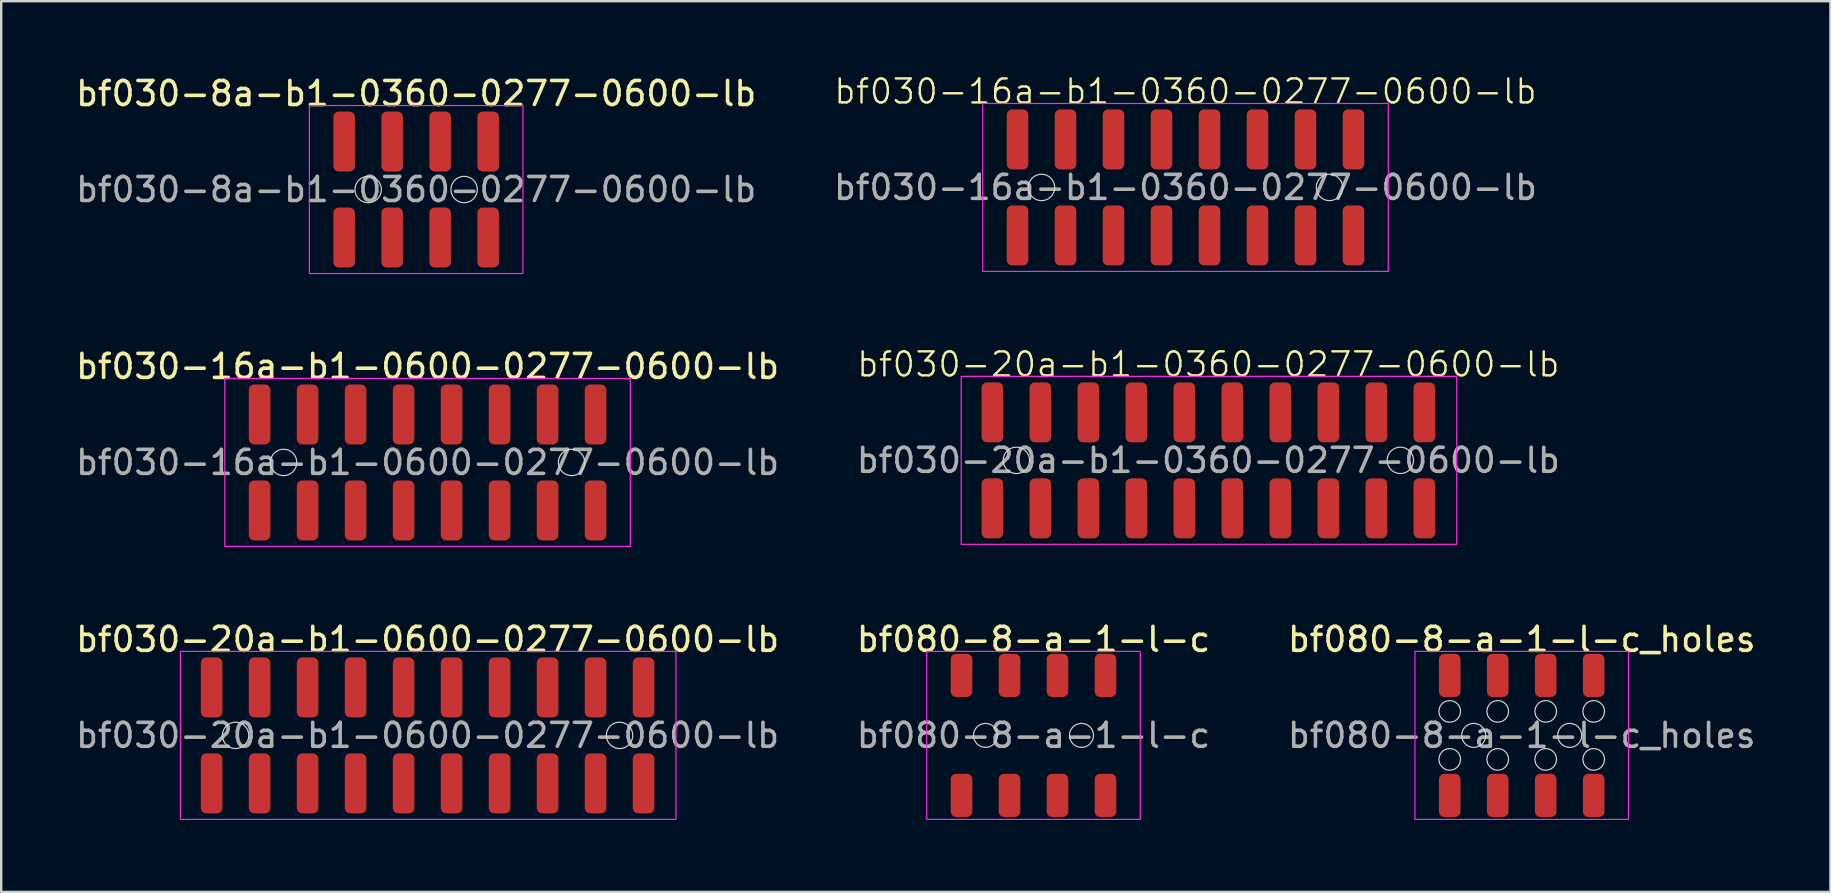
<source format=kicad_pcb>
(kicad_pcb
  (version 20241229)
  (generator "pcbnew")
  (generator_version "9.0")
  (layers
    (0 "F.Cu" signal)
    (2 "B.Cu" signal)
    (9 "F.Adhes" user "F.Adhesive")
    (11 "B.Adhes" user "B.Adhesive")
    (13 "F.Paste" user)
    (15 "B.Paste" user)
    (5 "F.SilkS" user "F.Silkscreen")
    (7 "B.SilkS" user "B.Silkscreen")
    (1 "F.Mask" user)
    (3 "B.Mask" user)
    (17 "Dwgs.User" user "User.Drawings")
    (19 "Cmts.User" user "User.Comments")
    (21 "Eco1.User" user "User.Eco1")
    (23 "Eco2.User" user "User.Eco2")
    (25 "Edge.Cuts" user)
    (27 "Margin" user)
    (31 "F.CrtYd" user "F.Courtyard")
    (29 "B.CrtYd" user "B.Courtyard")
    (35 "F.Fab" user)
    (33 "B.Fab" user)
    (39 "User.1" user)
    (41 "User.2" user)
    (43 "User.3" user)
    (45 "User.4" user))
  (footprint "bf080-8-a-1-l-c"
    (layer "F.Cu")
    (at 40.018 27.595)
    (property "Reference" "bf080-8-a-1-l-c" (at 0 -4 0) (unlocked yes) (layer "F.SilkS") (effects (font (size 1 1) (thickness 0.15))))
    (attr smd)
    (fp_circle (center -2 0) (end -1.5 0) (stroke (width 0.05) (type default)) (fill no) (layer "Edge.Cuts"))
    (fp_circle (center 2 0) (end 2.5 0) (stroke (width 0.05) (type default)) (fill no) (layer "Edge.Cuts"))
    (fp_poly (pts (xy -4.45 -3.5) (xy -4.45 3.5) (xy 4.45 3.5) (xy 4.45 -3.5)) (stroke (width 0.05) (type solid)) (fill no) (layer "F.CrtYd"))
    (fp_text user "${REFERENCE}" (at 0 0 0) (unlocked yes) (layer "F.Fab") (effects (font (size 1 1) (thickness 0.15))))
    (pad "1" smd roundrect (at -3 -2.5) (size 0.9 1.8) (layers "F.Cu" "F.Mask" "F.Paste") (roundrect_rratio 0.25))
    (pad "2" smd roundrect (at -3 2.5) (size 0.9 1.8) (layers "F.Cu" "F.Mask" "F.Paste") (roundrect_rratio 0.25))
    (pad "3" smd roundrect (at -1 -2.5) (size 0.9 1.8) (layers "F.Cu" "F.Mask" "F.Paste") (roundrect_rratio 0.25))
    (pad "4" smd roundrect (at -1 2.5) (size 0.9 1.8) (layers "F.Cu" "F.Mask" "F.Paste") (roundrect_rratio 0.25))
    (pad "5" smd roundrect (at 1 -2.5) (size 0.9 1.8) (layers "F.Cu" "F.Mask" "F.Paste") (roundrect_rratio 0.25))
    (pad "6" smd roundrect (at 1 2.5) (size 0.9 1.8) (layers "F.Cu" "F.Mask" "F.Paste") (roundrect_rratio 0.25))
    (pad "7" smd roundrect (at 3 -2.5) (size 0.9 1.8) (layers "F.Cu" "F.Mask" "F.Paste") (roundrect_rratio 0.25))
    (pad "8" smd roundrect (at 3 2.5) (size 0.9 1.8) (layers "F.Cu" "F.Mask" "F.Paste") (roundrect_rratio 0.25)))
  (footprint "bf030-8a-b1-0360-0277-0600-lb"
    (layer "F.Cu")
    (at 14.292 4.848)
    (property "Reference" "bf030-8a-b1-0360-0277-0600-lb" (at 0 -4 0) (unlocked yes) (layer "F.SilkS") (effects (font (size 1 1) (thickness 0.15))))
    (attr smd)
    (fp_circle (center -2 0) (end -1.45 0) (stroke (width 0.05) (type default)) (fill no) (layer "Edge.Cuts"))
    (fp_circle (center 2 0) (end 2.55 0) (stroke (width 0.05) (type default)) (fill no) (layer "Edge.Cuts"))
    (fp_poly (pts (xy -4.45 -3.5) (xy -4.45 3.5) (xy 4.45 3.5) (xy 4.45 -3.5)) (stroke (width 0.05) (type solid)) (fill no) (layer "F.CrtYd"))
    (fp_text user "${REFERENCE}" (at 0 0 0) (unlocked yes) (layer "F.Fab") (effects (font (size 1 1) (thickness 0.15))))
    (pad "1" smd roundrect (at -3 -2) (size 0.9 2.5) (layers "F.Cu" "F.Mask" "F.Paste") (roundrect_rratio 0.25))
    (pad "2" smd roundrect (at -3 2) (size 0.9 2.5) (layers "F.Cu" "F.Mask" "F.Paste") (roundrect_rratio 0.25))
    (pad "3" smd roundrect (at -1 -2) (size 0.9 2.5) (layers "F.Cu" "F.Mask" "F.Paste") (roundrect_rratio 0.25))
    (pad "4" smd roundrect (at -1 2) (size 0.9 2.5) (layers "F.Cu" "F.Mask" "F.Paste") (roundrect_rratio 0.25))
    (pad "5" smd roundrect (at 1 -2) (size 0.9 2.5) (layers "F.Cu" "F.Mask" "F.Paste") (roundrect_rratio 0.25))
    (pad "6" smd roundrect (at 1 2) (size 0.9 2.5) (layers "F.Cu" "F.Mask" "F.Paste") (roundrect_rratio 0.25))
    (pad "7" smd roundrect (at 3 -2) (size 0.9 2.5) (layers "F.Cu" "F.Mask" "F.Paste") (roundrect_rratio 0.25))
    (pad "8" smd roundrect (at 3 2) (size 0.9 2.5) (layers "F.Cu" "F.Mask" "F.Paste") (roundrect_rratio 0.25)))
  (footprint "bf030-20a-b1-0360-0277-0600-lb"
    (layer "F.Cu")
    (at 47.304 16.134)
    (property "Reference" "bf030-20a-b1-0360-0277-0600-lb" (at 0 -4 0) (unlocked yes) (layer "F.SilkS") (effects (font (size 1 1) (thickness 0.1))))
    (attr smd)
    (fp_circle (center -8 0) (end -7.45 0) (stroke (width 0.05) (type default)) (fill no) (layer "Edge.Cuts"))
    (fp_circle (center 8 0) (end 8.55 0) (stroke (width 0.05) (type default)) (fill no) (layer "Edge.Cuts"))
    (fp_poly (pts (xy -10.3 -3.5) (xy -10.3 3.5) (xy 10.35 3.5) (xy 10.35 -3.5)) (stroke (width 0.05) (type solid)) (fill no) (layer "F.CrtYd"))
    (fp_text user "${REFERENCE}" (at 0 0 0) (unlocked yes) (layer "F.Fab") (effects (font (size 1 1) (thickness 0.15))))
    (pad "1" smd roundrect (at -9 -2) (size 0.9 2.5) (layers "F.Cu" "F.Mask" "F.Paste") (roundrect_rratio 0.25))
    (pad "2" smd roundrect (at -9 2) (size 0.9 2.5) (layers "F.Cu" "F.Mask" "F.Paste") (roundrect_rratio 0.25))
    (pad "3" smd roundrect (at -7 -2) (size 0.9 2.5) (layers "F.Cu" "F.Mask" "F.Paste") (roundrect_rratio 0.25))
    (pad "4" smd roundrect (at -7 2) (size 0.9 2.5) (layers "F.Cu" "F.Mask" "F.Paste") (roundrect_rratio 0.25))
    (pad "5" smd roundrect (at -5 -2) (size 0.9 2.5) (layers "F.Cu" "F.Mask" "F.Paste") (roundrect_rratio 0.25))
    (pad "6" smd roundrect (at -5 2) (size 0.9 2.5) (layers "F.Cu" "F.Mask" "F.Paste") (roundrect_rratio 0.25))
    (pad "7" smd roundrect (at -3 -2) (size 0.9 2.5) (layers "F.Cu" "F.Mask" "F.Paste") (roundrect_rratio 0.25))
    (pad "8" smd roundrect (at -3 2) (size 0.9 2.5) (layers "F.Cu" "F.Mask" "F.Paste") (roundrect_rratio 0.25))
    (pad "9" smd roundrect (at -1 -2) (size 0.9 2.5) (layers "F.Cu" "F.Mask" "F.Paste") (roundrect_rratio 0.25))
    (pad "10" smd roundrect (at -1 2) (size 0.9 2.5) (layers "F.Cu" "F.Mask" "F.Paste") (roundrect_rratio 0.25))
    (pad "11" smd roundrect (at 1 -2) (size 0.9 2.5) (layers "F.Cu" "F.Mask" "F.Paste") (roundrect_rratio 0.25))
    (pad "12" smd roundrect (at 1 2) (size 0.9 2.5) (layers "F.Cu" "F.Mask" "F.Paste") (roundrect_rratio 0.25))
    (pad "13" smd roundrect (at 3 -2) (size 0.9 2.5) (layers "F.Cu" "F.Mask" "F.Paste") (roundrect_rratio 0.25))
    (pad "14" smd roundrect (at 3 2) (size 0.9 2.5) (layers "F.Cu" "F.Mask" "F.Paste") (roundrect_rratio 0.25))
    (pad "15" smd roundrect (at 5 -2) (size 0.9 2.5) (layers "F.Cu" "F.Mask" "F.Paste") (roundrect_rratio 0.25))
    (pad "16" smd roundrect (at 5 2) (size 0.9 2.5) (layers "F.Cu" "F.Mask" "F.Paste") (roundrect_rratio 0.25))
    (pad "17" smd roundrect (at 7 -2) (size 0.9 2.5) (layers "F.Cu" "F.Mask" "F.Paste") (roundrect_rratio 0.25))
    (pad "18" smd roundrect (at 7 2) (size 0.9 2.5) (layers "F.Cu" "F.Mask" "F.Paste") (roundrect_rratio 0.25))
    (pad "19" smd roundrect (at 9 -2) (size 0.9 2.5) (layers "F.Cu" "F.Mask" "F.Paste") (roundrect_rratio 0.25))
    (pad "20" smd roundrect (at 9 2) (size 0.9 2.5) (layers "F.Cu" "F.Mask" "F.Paste") (roundrect_rratio 0.25)))
  (footprint "bf030-16a-b1-0360-0277-0600-lb"
    (layer "F.Cu")
    (at 46.351 4.761)
    (property "Reference" "bf030-16a-b1-0360-0277-0600-lb" (at 0 -4 0) (unlocked yes) (layer "F.SilkS") (effects (font (size 1 1) (thickness 0.1))))
    (attr smd)
    (fp_circle (center -6 0) (end -5.45 0) (stroke (width 0.05) (type default)) (fill no) (layer "Edge.Cuts"))
    (fp_circle (center 6 0) (end 6.55 0) (stroke (width 0.05) (type default)) (fill no) (layer "Edge.Cuts"))
    (fp_poly (pts (xy -8.45 -3.5) (xy -8.45 3.5) (xy 8.45 3.5) (xy 8.45 -3.5)) (stroke (width 0.05) (type solid)) (fill no) (layer "F.CrtYd"))
    (fp_text user "${REFERENCE}" (at 0 0 0) (unlocked yes) (layer "F.Fab") (effects (font (size 1 1) (thickness 0.15))))
    (pad "1" smd roundrect (at -7 -2) (size 0.9 2.5) (layers "F.Cu" "F.Mask" "F.Paste") (roundrect_rratio 0.25))
    (pad "2" smd roundrect (at -7 2) (size 0.9 2.5) (layers "F.Cu" "F.Mask" "F.Paste") (roundrect_rratio 0.25))
    (pad "3" smd roundrect (at -5 -2) (size 0.9 2.5) (layers "F.Cu" "F.Mask" "F.Paste") (roundrect_rratio 0.25))
    (pad "4" smd roundrect (at -5 2) (size 0.9 2.5) (layers "F.Cu" "F.Mask" "F.Paste") (roundrect_rratio 0.25))
    (pad "5" smd roundrect (at -3 -2) (size 0.9 2.5) (layers "F.Cu" "F.Mask" "F.Paste") (roundrect_rratio 0.25))
    (pad "6" smd roundrect (at -3 2) (size 0.9 2.5) (layers "F.Cu" "F.Mask" "F.Paste") (roundrect_rratio 0.25))
    (pad "7" smd roundrect (at -1 -2) (size 0.9 2.5) (layers "F.Cu" "F.Mask" "F.Paste") (roundrect_rratio 0.25))
    (pad "8" smd roundrect (at -1 2) (size 0.9 2.5) (layers "F.Cu" "F.Mask" "F.Paste") (roundrect_rratio 0.25))
    (pad "9" smd roundrect (at 1 -2) (size 0.9 2.5) (layers "F.Cu" "F.Mask" "F.Paste") (roundrect_rratio 0.25))
    (pad "10" smd roundrect (at 1 2) (size 0.9 2.5) (layers "F.Cu" "F.Mask" "F.Paste") (roundrect_rratio 0.25))
    (pad "11" smd roundrect (at 3 -2) (size 0.9 2.5) (layers "F.Cu" "F.Mask" "F.Paste") (roundrect_rratio 0.25))
    (pad "12" smd roundrect (at 3 2) (size 0.9 2.5) (layers "F.Cu" "F.Mask" "F.Paste") (roundrect_rratio 0.25))
    (pad "13" smd roundrect (at 5 -2) (size 0.9 2.5) (layers "F.Cu" "F.Mask" "F.Paste") (roundrect_rratio 0.25))
    (pad "14" smd roundrect (at 5 2) (size 0.9 2.5) (layers "F.Cu" "F.Mask" "F.Paste") (roundrect_rratio 0.25))
    (pad "15" smd roundrect (at 7 -2) (size 0.9 2.5) (layers "F.Cu" "F.Mask" "F.Paste") (roundrect_rratio 0.25))
    (pad "16" smd roundrect (at 7 2) (size 0.9 2.5) (layers "F.Cu" "F.Mask" "F.Paste") (roundrect_rratio 0.25)))
  (footprint "bf030-20a-b1-0600-0277-0600-lb"
    (layer "F.Cu")
    (at 14.768 27.595)
    (property "Reference" "bf030-20a-b1-0600-0277-0600-lb" (at 0 -4 0) (unlocked yes) (layer "F.SilkS") (effects (font (size 1 1) (thickness 0.15))))
    (attr smd)
    (fp_circle (center -8 0) (end -7.45 0) (stroke (width 0.05) (type default)) (fill no) (layer "Edge.Cuts"))
    (fp_circle (center 8 0) (end 8.55 0) (stroke (width 0.05) (type default)) (fill no) (layer "Edge.Cuts"))
    (fp_poly (pts (xy -10.3 -3.5) (xy -10.3 3.5) (xy 10.35 3.5) (xy 10.35 -3.5)) (stroke (width 0.05) (type solid)) (fill no) (layer "F.CrtYd"))
    (fp_text user "${REFERENCE}" (at 0 0 0) (unlocked yes) (layer "F.Fab") (effects (font (size 1 1) (thickness 0.15))))
    (pad "1" smd roundrect (at -9 -2) (size 0.9 2.5) (layers "F.Cu" "F.Mask" "F.Paste") (roundrect_rratio 0.25))
    (pad "2" smd roundrect (at -9 2) (size 0.9 2.5) (layers "F.Cu" "F.Mask" "F.Paste") (roundrect_rratio 0.25))
    (pad "3" smd roundrect (at -7 -2) (size 0.9 2.5) (layers "F.Cu" "F.Mask" "F.Paste") (roundrect_rratio 0.25))
    (pad "4" smd roundrect (at -7 2) (size 0.9 2.5) (layers "F.Cu" "F.Mask" "F.Paste") (roundrect_rratio 0.25))
    (pad "5" smd roundrect (at -5 -2) (size 0.9 2.5) (layers "F.Cu" "F.Mask" "F.Paste") (roundrect_rratio 0.25))
    (pad "6" smd roundrect (at -5 2) (size 0.9 2.5) (layers "F.Cu" "F.Mask" "F.Paste") (roundrect_rratio 0.25))
    (pad "7" smd roundrect (at -3 -2) (size 0.9 2.5) (layers "F.Cu" "F.Mask" "F.Paste") (roundrect_rratio 0.25))
    (pad "8" smd roundrect (at -3 2) (size 0.9 2.5) (layers "F.Cu" "F.Mask" "F.Paste") (roundrect_rratio 0.25))
    (pad "9" smd roundrect (at -1 -2) (size 0.9 2.5) (layers "F.Cu" "F.Mask" "F.Paste") (roundrect_rratio 0.25))
    (pad "10" smd roundrect (at -1 2) (size 0.9 2.5) (layers "F.Cu" "F.Mask" "F.Paste") (roundrect_rratio 0.25))
    (pad "11" smd roundrect (at 1 -2) (size 0.9 2.5) (layers "F.Cu" "F.Mask" "F.Paste") (roundrect_rratio 0.25))
    (pad "12" smd roundrect (at 1 2) (size 0.9 2.5) (layers "F.Cu" "F.Mask" "F.Paste") (roundrect_rratio 0.25))
    (pad "13" smd roundrect (at 3 -2) (size 0.9 2.5) (layers "F.Cu" "F.Mask" "F.Paste") (roundrect_rratio 0.25))
    (pad "14" smd roundrect (at 3 2) (size 0.9 2.5) (layers "F.Cu" "F.Mask" "F.Paste") (roundrect_rratio 0.25))
    (pad "15" smd roundrect (at 5 -2) (size 0.9 2.5) (layers "F.Cu" "F.Mask" "F.Paste") (roundrect_rratio 0.25))
    (pad "16" smd roundrect (at 5 2) (size 0.9 2.5) (layers "F.Cu" "F.Mask" "F.Paste") (roundrect_rratio 0.25))
    (pad "17" smd roundrect (at 7 -2) (size 0.9 2.5) (layers "F.Cu" "F.Mask" "F.Paste") (roundrect_rratio 0.25))
    (pad "18" smd roundrect (at 7 2) (size 0.9 2.5) (layers "F.Cu" "F.Mask" "F.Paste") (roundrect_rratio 0.25))
    (pad "19" smd roundrect (at 9 -2) (size 0.9 2.5) (layers "F.Cu" "F.Mask" "F.Paste") (roundrect_rratio 0.25))
    (pad "20" smd roundrect (at 9 2) (size 0.9 2.5) (layers "F.Cu" "F.Mask" "F.Paste") (roundrect_rratio 0.25)))
  (footprint "bf080-8-a-1-l-c_holes"
    (layer "F.Cu")
    (at 60.363 27.595)
    (property "Reference" "bf080-8-a-1-l-c_holes" (at 0 -4 0) (unlocked yes) (layer "F.SilkS") (effects (font (size 1 1) (thickness 0.15))))
    (attr smd)
    (fp_circle (center -3 -1) (end -2.55 -1) (stroke (width 0.05) (type default)) (fill no) (layer "Edge.Cuts"))
    (fp_circle (center -3 1) (end -2.55 1) (stroke (width 0.05) (type default)) (fill no) (layer "Edge.Cuts"))
    (fp_circle (center -2 0) (end -1.5 0) (stroke (width 0.05) (type default)) (fill no) (layer "Edge.Cuts"))
    (fp_circle (center -1 -1) (end -0.55 -1) (stroke (width 0.05) (type default)) (fill no) (layer "Edge.Cuts"))
    (fp_circle (center -1 1) (end -0.55 1) (stroke (width 0.05) (type default)) (fill no) (layer "Edge.Cuts"))
    (fp_circle (center 1 -1) (end 1.45 -1) (stroke (width 0.05) (type default)) (fill no) (layer "Edge.Cuts"))
    (fp_circle (center 1 1) (end 1.45 1) (stroke (width 0.05) (type default)) (fill no) (layer "Edge.Cuts"))
    (fp_circle (center 2 0) (end 2.5 0) (stroke (width 0.05) (type default)) (fill no) (layer "Edge.Cuts"))
    (fp_circle (center 3 -1) (end 3.45 -1) (stroke (width 0.05) (type default)) (fill no) (layer "Edge.Cuts"))
    (fp_circle (center 3 1) (end 3.45 1) (stroke (width 0.05) (type default)) (fill no) (layer "Edge.Cuts"))
    (fp_poly (pts (xy -4.45 -3.5) (xy -4.45 3.5) (xy 4.45 3.5) (xy 4.45 -3.5)) (stroke (width 0.05) (type solid)) (fill no) (layer "F.CrtYd"))
    (fp_text user "${REFERENCE}" (at 0 0 0) (unlocked yes) (layer "F.Fab") (effects (font (size 1 1) (thickness 0.15))))
    (pad "1" smd roundrect (at -3 -2.5) (size 0.9 1.8) (layers "F.Cu" "F.Mask" "F.Paste") (roundrect_rratio 0.25))
    (pad "2" smd roundrect (at -3 2.5) (size 0.9 1.8) (layers "F.Cu" "F.Mask" "F.Paste") (roundrect_rratio 0.25))
    (pad "3" smd roundrect (at -1 -2.5) (size 0.9 1.8) (layers "F.Cu" "F.Mask" "F.Paste") (roundrect_rratio 0.25))
    (pad "4" smd roundrect (at -1 2.5) (size 0.9 1.8) (layers "F.Cu" "F.Mask" "F.Paste") (roundrect_rratio 0.25))
    (pad "5" smd roundrect (at 1 -2.5) (size 0.9 1.8) (layers "F.Cu" "F.Mask" "F.Paste") (roundrect_rratio 0.25))
    (pad "6" smd roundrect (at 1 2.5) (size 0.9 1.8) (layers "F.Cu" "F.Mask" "F.Paste") (roundrect_rratio 0.25))
    (pad "7" smd roundrect (at 3 -2.5) (size 0.9 1.8) (layers "F.Cu" "F.Mask" "F.Paste") (roundrect_rratio 0.25))
    (pad "8" smd roundrect (at 3 2.5) (size 0.9 1.8) (layers "F.Cu" "F.Mask" "F.Paste") (roundrect_rratio 0.25)))
  (footprint "bf030-16a-b1-0600-0277-0600-lb"
    (layer "F.Cu")
    (at 14.768 16.221)
    (property "Reference" "bf030-16a-b1-0600-0277-0600-lb" (at 0 -4 0) (unlocked yes) (layer "F.SilkS") (effects (font (size 1 1) (thickness 0.15))))
    (attr smd)
    (fp_circle (center -6 0) (end -5.45 0) (stroke (width 0.05) (type default)) (fill no) (layer "Edge.Cuts"))
    (fp_circle (center 6 0) (end 6.55 0) (stroke (width 0.05) (type default)) (fill no) (layer "Edge.Cuts"))
    (fp_poly (pts (xy -8.45 -3.5) (xy -8.45 3.5) (xy 8.45 3.5) (xy 8.45 -3.5)) (stroke (width 0.05) (type solid)) (fill no) (layer "F.CrtYd"))
    (fp_text user "${REFERENCE}" (at 0 0 0) (unlocked yes) (layer "F.Fab") (effects (font (size 1 1) (thickness 0.15))))
    (pad "1" smd roundrect (at -7 -2) (size 0.9 2.5) (layers "F.Cu" "F.Mask" "F.Paste") (roundrect_rratio 0.25))
    (pad "2" smd roundrect (at -7 2) (size 0.9 2.5) (layers "F.Cu" "F.Mask" "F.Paste") (roundrect_rratio 0.25))
    (pad "3" smd roundrect (at -5 -2) (size 0.9 2.5) (layers "F.Cu" "F.Mask" "F.Paste") (roundrect_rratio 0.25))
    (pad "4" smd roundrect (at -5 2) (size 0.9 2.5) (layers "F.Cu" "F.Mask" "F.Paste") (roundrect_rratio 0.25))
    (pad "5" smd roundrect (at -3 -2) (size 0.9 2.5) (layers "F.Cu" "F.Mask" "F.Paste") (roundrect_rratio 0.25))
    (pad "6" smd roundrect (at -3 2) (size 0.9 2.5) (layers "F.Cu" "F.Mask" "F.Paste") (roundrect_rratio 0.25))
    (pad "7" smd roundrect (at -1 -2) (size 0.9 2.5) (layers "F.Cu" "F.Mask" "F.Paste") (roundrect_rratio 0.25))
    (pad "8" smd roundrect (at -1 2) (size 0.9 2.5) (layers "F.Cu" "F.Mask" "F.Paste") (roundrect_rratio 0.25))
    (pad "9" smd roundrect (at 1 -2) (size 0.9 2.5) (layers "F.Cu" "F.Mask" "F.Paste") (roundrect_rratio 0.25))
    (pad "10" smd roundrect (at 1 2) (size 0.9 2.5) (layers "F.Cu" "F.Mask" "F.Paste") (roundrect_rratio 0.25))
    (pad "11" smd roundrect (at 3 -2) (size 0.9 2.5) (layers "F.Cu" "F.Mask" "F.Paste") (roundrect_rratio 0.25))
    (pad "12" smd roundrect (at 3 2) (size 0.9 2.5) (layers "F.Cu" "F.Mask" "F.Paste") (roundrect_rratio 0.25))
    (pad "13" smd roundrect (at 5 -2) (size 0.9 2.5) (layers "F.Cu" "F.Mask" "F.Paste") (roundrect_rratio 0.25))
    (pad "14" smd roundrect (at 5 2) (size 0.9 2.5) (layers "F.Cu" "F.Mask" "F.Paste") (roundrect_rratio 0.25))
    (pad "15" smd roundrect (at 7 -2) (size 0.9 2.5) (layers "F.Cu" "F.Mask" "F.Paste") (roundrect_rratio 0.25))
    (pad "16" smd roundrect (at 7 2) (size 0.9 2.5) (layers "F.Cu" "F.Mask" "F.Paste") (roundrect_rratio 0.25)))
  (gr_rect
    (start -3 -3)
    (end 73.226 34.12)
    (stroke (width 0.1) (type default))
    (fill no)
    (layer "Edge.Cuts")))
</source>
